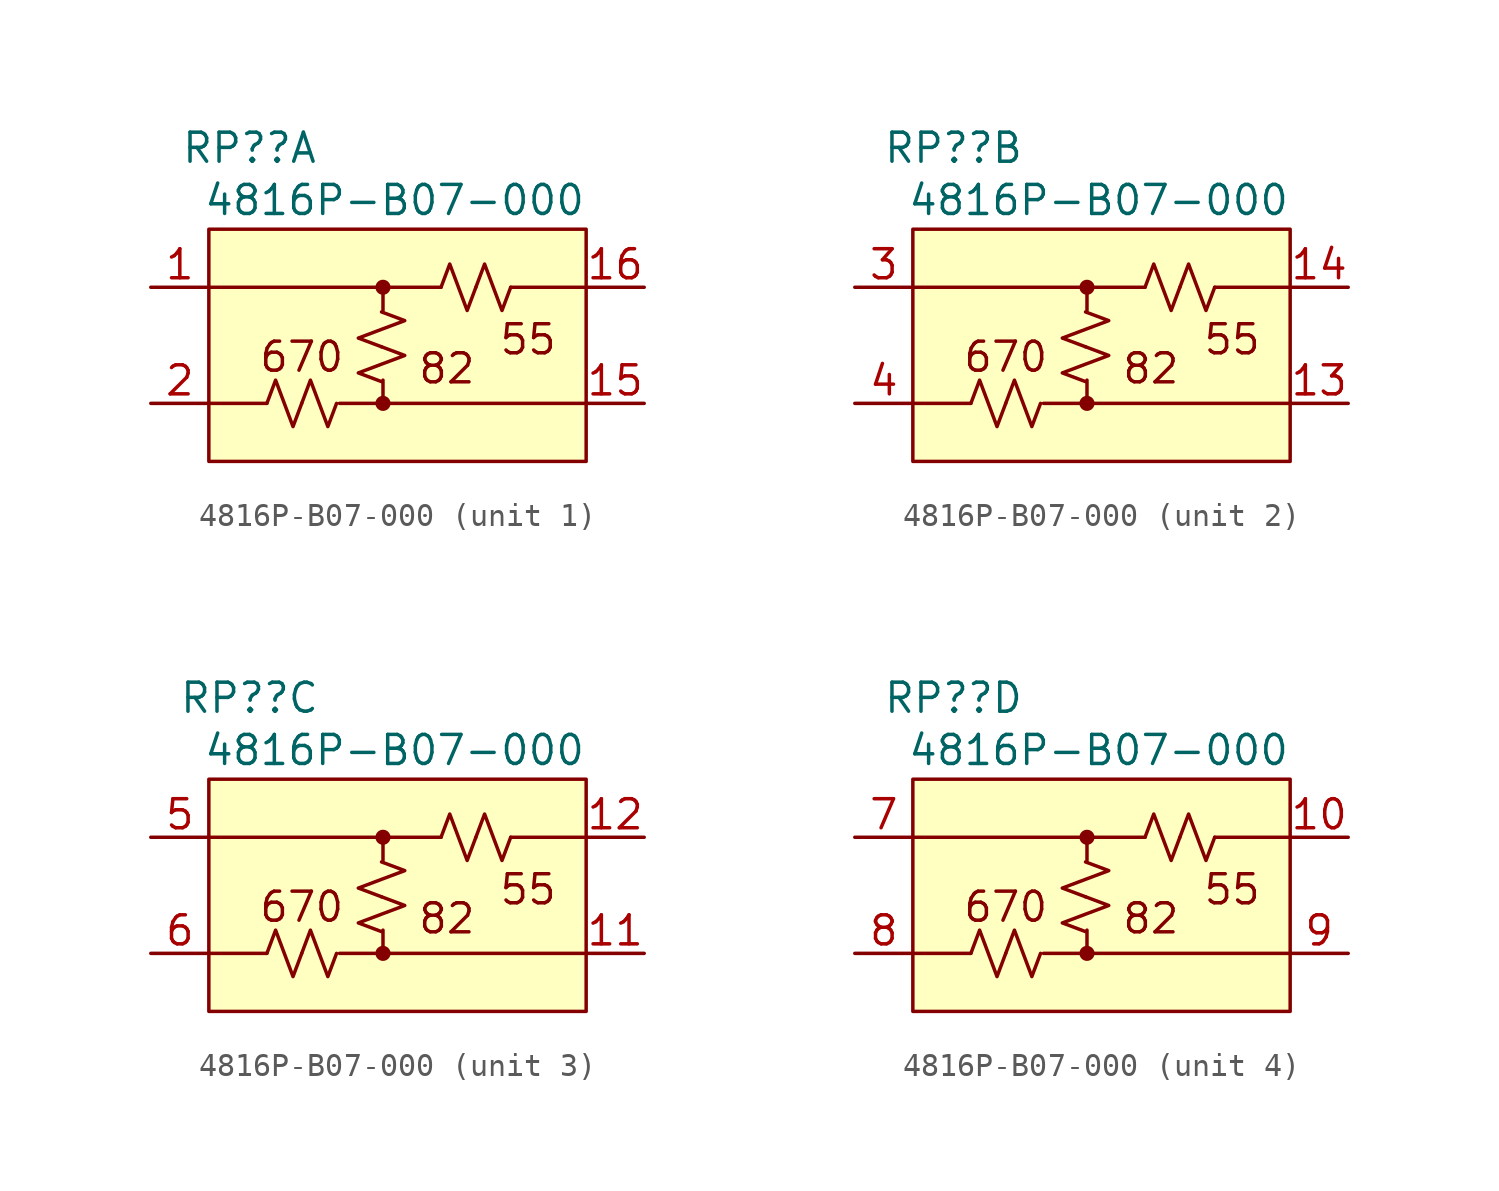
<source format=kicad_sym>
(kicad_symbol_lib
  (version 20241209)
  (generator "kicad_symbol_editor")
  (generator_version "9.0")
  (symbol "4816P-B07-000"
    (pin_names
      (hide yes))
    (property "Reference" "RP?"
      (at 1.778 3.556 0)
      (effects (font (size 1.27 1.27))))
    (property "Value" "4816P-B07-000"
      (at 8.128 1.27 0)
      (effects (font (size 1.27 1.27))))
    (symbol "4816P-B07-000_0_1"
      (rectangle (start 0 0) (end 16.51 -10.16) (stroke (width 0) (type solid)) (fill (type background)))
      (polyline (pts (xy 0 -2.54) (xy 10.16 -2.54)) (stroke (width 0) (type solid)) (fill (type none)))
      (polyline (pts (xy 2.54 -7.62) (xy 0 -7.62)) (stroke (width 0) (type default)) (fill (type none)))
      (polyline (pts (xy 2.54 -7.62) (xy 2.921 -6.604) (xy 3.302 -7.62) (xy 3.683 -8.636) (xy 4.064 -7.62)) (stroke (width 0) (type solid)) (fill (type none)))
      (polyline (pts (xy 4.064 -7.62) (xy 4.445 -6.604) (xy 4.826 -7.62) (xy 5.207 -8.636) (xy 5.588 -7.62)) (stroke (width 0) (type solid)) (fill (type none)))
      (polyline (pts (xy 5.715 -7.62) (xy 7.62 -7.62)) (stroke (width 0) (type default)) (fill (type none)))
      (polyline (pts (xy 7.556 -5.144) (xy 6.54 -4.763) (xy 7.556 -4.381) (xy 8.572 -4) (xy 7.556 -3.619)) (stroke (width 0) (type solid)) (fill (type none)))
      (polyline (pts (xy 7.556 -6.668) (xy 6.54 -6.287) (xy 7.556 -5.905) (xy 8.572 -5.524) (xy 7.556 -5.144)) (stroke (width 0) (type solid)) (fill (type none)))
      (polyline (pts (xy 7.62 -2.54) (xy 7.62 -3.556)) (stroke (width 0) (type default)) (fill (type none)))
      (circle (center 7.62 -2.54) (radius 0.254) (stroke (width 0) (type default)) (fill (type outline)))
      (polyline (pts (xy 7.62 -6.604) (xy 7.62 -7.62)) (stroke (width 0) (type default)) (fill (type none)))
      (circle (center 7.62 -7.62) (radius 0.254) (stroke (width 0) (type default)) (fill (type outline)))
      (polyline (pts (xy 10.16 -2.54) (xy 10.541 -1.524) (xy 10.922 -2.54) (xy 11.303 -3.556) (xy 11.684 -2.54)) (stroke (width 0) (type solid)) (fill (type none)))
      (polyline (pts (xy 11.684 -2.54) (xy 12.065 -1.524) (xy 12.446 -2.54) (xy 12.827 -3.556) (xy 13.208 -2.54)) (stroke (width 0) (type solid)) (fill (type none)))
      (polyline (pts (xy 16.51 -2.54) (xy 13.208 -2.54)) (stroke (width 0) (type default)) (fill (type none)))
      (polyline (pts (xy 16.51 -7.62) (xy 7.62 -7.62)) (stroke (width 0) (type default)) (fill (type none)))
      (text "670" (at 4.064 -5.588 0) (effects (font (size 1.27 1.27))))
      (text "82" (at 10.414 -6.096 0) (effects (font (size 1.27 1.27))))
      (text "55" (at 13.97 -4.826 0) (effects (font (size 1.27 1.27)))))
    (symbol "4816P-B07-000_1_1"
      (pin passive line (at -2.54 -2.54 0) (length 2.54) (name "1" (effects (font (size 1.27 1.27)))) (number "1" (effects (font (size 1.27 1.27)))))
      (pin passive line (at -2.54 -7.62 0) (length 2.54) (name "2" (effects (font (size 1.27 1.27)))) (number "2" (effects (font (size 1.27 1.27)))))
      (pin passive line (at 19.05 -2.54 180) (length 2.54) (name "16" (effects (font (size 1.27 1.27)))) (number "16" (effects (font (size 1.27 1.27)))))
      (pin passive line (at 19.05 -7.62 180) (length 2.54) (name "15" (effects (font (size 1.27 1.27)))) (number "15" (effects (font (size 1.27 1.27))))))
    (symbol "4816P-B07-000_2_1"
      (pin passive line (at -2.54 -2.54 0) (length 2.54) (name "3" (effects (font (size 1.27 1.27)))) (number "3" (effects (font (size 1.27 1.27)))))
      (pin passive line (at -2.54 -7.62 0) (length 2.54) (name "4" (effects (font (size 1.27 1.27)))) (number "4" (effects (font (size 1.27 1.27)))))
      (pin passive line (at 19.05 -2.54 180) (length 2.54) (name "14" (effects (font (size 1.27 1.27)))) (number "14" (effects (font (size 1.27 1.27)))))
      (pin passive line (at 19.05 -7.62 180) (length 2.54) (name "13" (effects (font (size 1.27 1.27)))) (number "13" (effects (font (size 1.27 1.27))))))
    (symbol "4816P-B07-000_3_1"
      (pin passive line (at -2.54 -2.54 0) (length 2.54) (name "5" (effects (font (size 1.27 1.27)))) (number "5" (effects (font (size 1.27 1.27)))))
      (pin passive line (at -2.54 -7.62 0) (length 2.54) (name "6" (effects (font (size 1.27 1.27)))) (number "6" (effects (font (size 1.27 1.27)))))
      (pin passive line (at 19.05 -2.54 180) (length 2.54) (name "12" (effects (font (size 1.27 1.27)))) (number "12" (effects (font (size 1.27 1.27)))))
      (pin passive line (at 19.05 -7.62 180) (length 2.54) (name "11" (effects (font (size 1.27 1.27)))) (number "11" (effects (font (size 1.27 1.27))))))
    (symbol "4816P-B07-000_4_1"
      (pin passive line (at -2.54 -2.54 0) (length 2.54) (name "7" (effects (font (size 1.27 1.27)))) (number "7" (effects (font (size 1.27 1.27)))))
      (pin passive line (at -2.54 -7.62 0) (length 2.54) (name "8" (effects (font (size 1.27 1.27)))) (number "8" (effects (font (size 1.27 1.27)))))
      (pin passive line (at 19.05 -2.54 180) (length 2.54) (name "10" (effects (font (size 1.27 1.27)))) (number "10" (effects (font (size 1.27 1.27)))))
      (pin passive line (at 19.05 -7.62 180) (length 2.54) (name "9" (effects (font (size 1.27 1.27)))) (number "9" (effects (font (size 1.27 1.27))))))))
</source>
